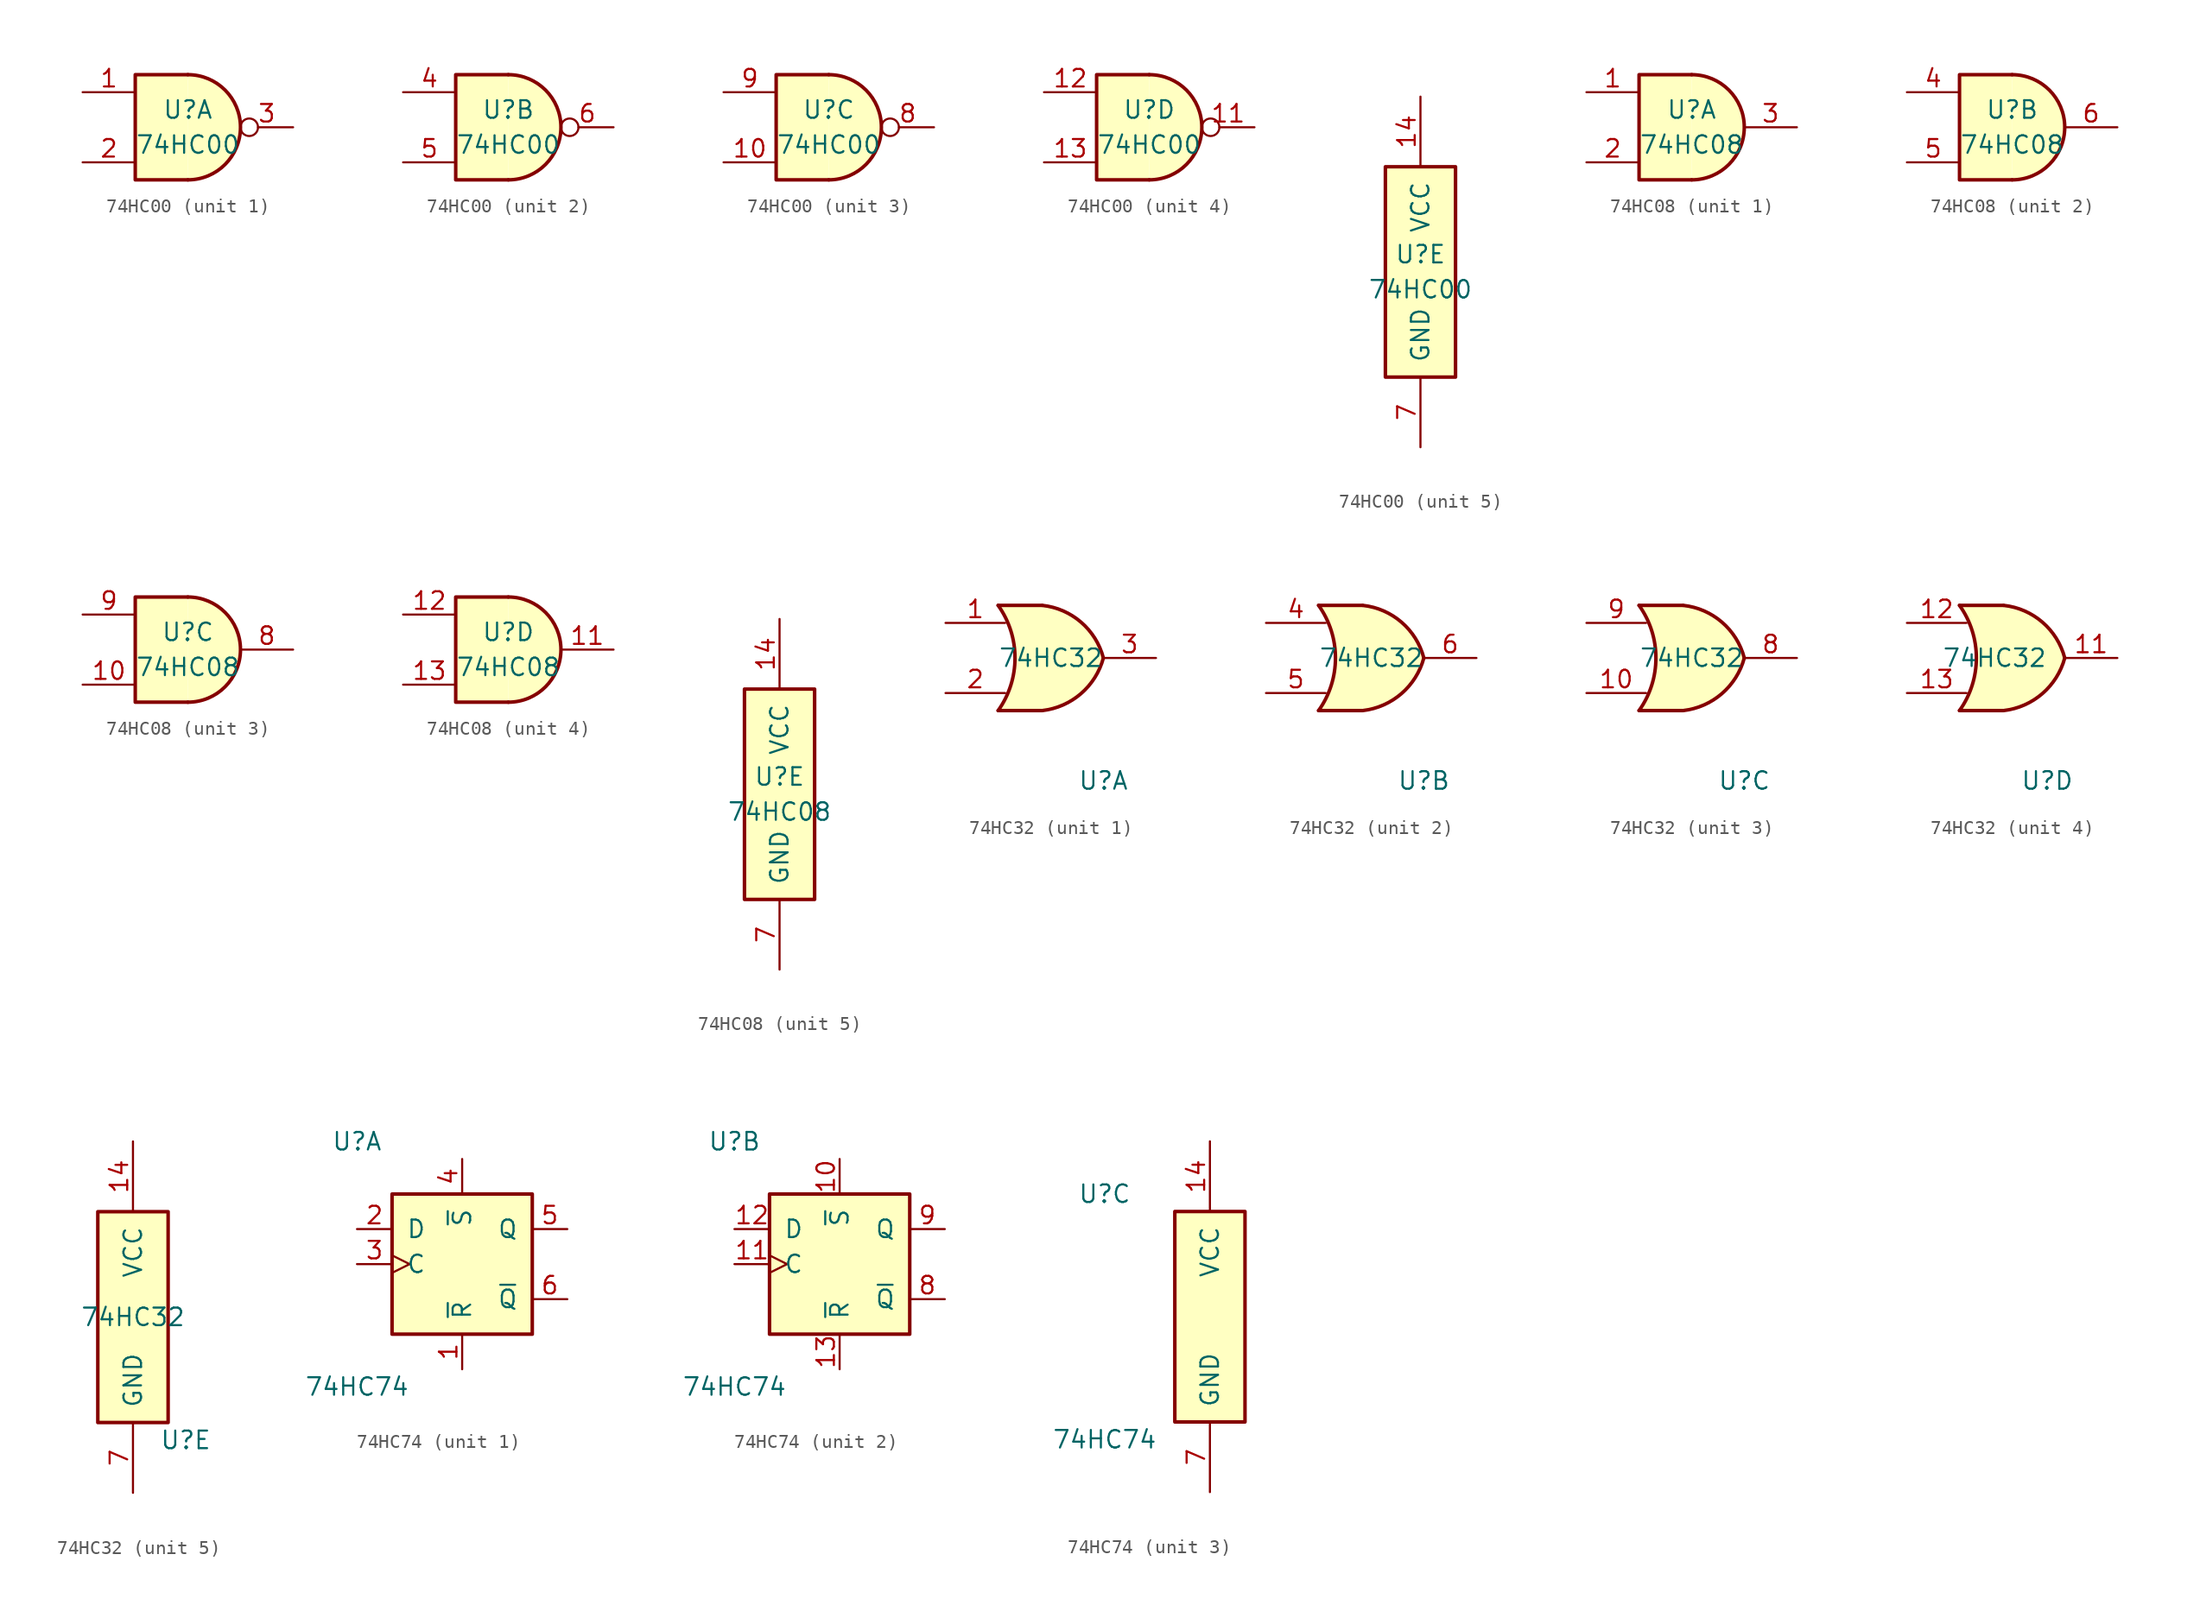
<source format=kicad_sym>
(kicad_symbol_lib
  (version 20211014)
  (generator kicad_symbol_editor)
  (symbol "74HC00"
    (pin_names
      (offset 1.016))
    (property "Reference" "U"
      (at 0 1.27 0)
      (effects (font (size 1.27 1.27))))
    (property "Value" "74HC00"
      (at 0 -1.27 0)
      (effects (font (size 1.27 1.27))))
    (property "ki_locked" ""
      (at 0 0 0)
      (effects (font (size 1.27 1.27))))
    (symbol "74HC00_1_1"
      (arc (start 0 -3.81) (mid 3.81 0) (end 0 3.81) (stroke (width 0.254) (type default) (color 0 0 0 0)) (fill (type background)))
      (polyline (pts (xy 0 3.81) (xy -3.81 3.81) (xy -3.81 -3.81) (xy 0 -3.81)) (stroke (width 0.254) (type default) (color 0 0 0 0)) (fill (type background)))
      (pin input line (at -7.62 2.54 0) (length 3.81) (name "~" (effects (font (size 1.27 1.27)))) (number "1" (effects (font (size 1.27 1.27)))))
      (pin input line (at -7.62 -2.54 0) (length 3.81) (name "~" (effects (font (size 1.27 1.27)))) (number "2" (effects (font (size 1.27 1.27)))))
      (pin output inverted (at 7.62 0 180) (length 3.81) (name "~" (effects (font (size 1.27 1.27)))) (number "3" (effects (font (size 1.27 1.27))))))
    (symbol "74HC00_2_1"
      (arc (start 0 -3.81) (mid 3.81 0) (end 0 3.81) (stroke (width 0.254) (type default) (color 0 0 0 0)) (fill (type background)))
      (polyline (pts (xy 0 3.81) (xy -3.81 3.81) (xy -3.81 -3.81) (xy 0 -3.81)) (stroke (width 0.254) (type default) (color 0 0 0 0)) (fill (type background)))
      (pin input line (at -7.62 2.54 0) (length 3.81) (name "~" (effects (font (size 1.27 1.27)))) (number "4" (effects (font (size 1.27 1.27)))))
      (pin input line (at -7.62 -2.54 0) (length 3.81) (name "~" (effects (font (size 1.27 1.27)))) (number "5" (effects (font (size 1.27 1.27)))))
      (pin output inverted (at 7.62 0 180) (length 3.81) (name "~" (effects (font (size 1.27 1.27)))) (number "6" (effects (font (size 1.27 1.27))))))
    (symbol "74HC00_3_1"
      (arc (start 0 -3.81) (mid 3.81 0) (end 0 3.81) (stroke (width 0.254) (type default) (color 0 0 0 0)) (fill (type background)))
      (polyline (pts (xy 0 3.81) (xy -3.81 3.81) (xy -3.81 -3.81) (xy 0 -3.81)) (stroke (width 0.254) (type default) (color 0 0 0 0)) (fill (type background)))
      (pin input line (at -7.62 -2.54 0) (length 3.81) (name "~" (effects (font (size 1.27 1.27)))) (number "10" (effects (font (size 1.27 1.27)))))
      (pin output inverted (at 7.62 0 180) (length 3.81) (name "~" (effects (font (size 1.27 1.27)))) (number "8" (effects (font (size 1.27 1.27)))))
      (pin input line (at -7.62 2.54 0) (length 3.81) (name "~" (effects (font (size 1.27 1.27)))) (number "9" (effects (font (size 1.27 1.27))))))
    (symbol "74HC00_4_1"
      (arc (start 0 -3.81) (mid 3.81 0) (end 0 3.81) (stroke (width 0.254) (type default) (color 0 0 0 0)) (fill (type background)))
      (polyline (pts (xy 0 3.81) (xy -3.81 3.81) (xy -3.81 -3.81) (xy 0 -3.81)) (stroke (width 0.254) (type default) (color 0 0 0 0)) (fill (type background)))
      (pin output inverted (at 7.62 0 180) (length 3.81) (name "~" (effects (font (size 1.27 1.27)))) (number "11" (effects (font (size 1.27 1.27)))))
      (pin input line (at -7.62 2.54 0) (length 3.81) (name "~" (effects (font (size 1.27 1.27)))) (number "12" (effects (font (size 1.27 1.27)))))
      (pin input line (at -7.62 -2.54 0) (length 3.81) (name "~" (effects (font (size 1.27 1.27)))) (number "13" (effects (font (size 1.27 1.27))))))
    (symbol "74HC00_5_0"
      (pin power_in line (at 0 12.7 270) (length 5.08) (name "VCC" (effects (font (size 1.27 1.27)))) (number "14" (effects (font (size 1.27 1.27)))))
      (pin power_in line (at 0 -12.7 90) (length 5.08) (name "GND" (effects (font (size 1.27 1.27)))) (number "7" (effects (font (size 1.27 1.27))))))
    (symbol "74HC00_5_1"
      (rectangle (start -2.54 7.62) (end 2.54 -7.62) (stroke (width 0.254) (type default) (color 0 0 0 0)) (fill (type background)))))
  (symbol "74HC08"
    (pin_names
      (offset 1.016))
    (property "Reference" "U"
      (at 0 1.27 0)
      (effects (font (size 1.27 1.27))))
    (property "Value" "74HC08"
      (at 0 -1.27 0)
      (effects (font (size 1.27 1.27))))
    (property "ki_locked" ""
      (at 0 0 0)
      (effects (font (size 1.27 1.27))))
    (symbol "74HC08_1_1"
      (arc (start 0 -3.81) (mid 3.81 0) (end 0 3.81) (stroke (width 0.254) (type default) (color 0 0 0 0)) (fill (type background)))
      (polyline (pts (xy 0 3.81) (xy -3.81 3.81) (xy -3.81 -3.81) (xy 0 -3.81)) (stroke (width 0.254) (type default) (color 0 0 0 0)) (fill (type background)))
      (pin input line (at -7.62 2.54 0) (length 3.81) (name "~" (effects (font (size 1.27 1.27)))) (number "1" (effects (font (size 1.27 1.27)))))
      (pin input line (at -7.62 -2.54 0) (length 3.81) (name "~" (effects (font (size 1.27 1.27)))) (number "2" (effects (font (size 1.27 1.27)))))
      (pin output line (at 7.62 0 180) (length 3.81) (name "~" (effects (font (size 1.27 1.27)))) (number "3" (effects (font (size 1.27 1.27))))))
    (symbol "74HC08_2_1"
      (arc (start 0 -3.81) (mid 3.81 0) (end 0 3.81) (stroke (width 0.254) (type default) (color 0 0 0 0)) (fill (type background)))
      (polyline (pts (xy 0 3.81) (xy -3.81 3.81) (xy -3.81 -3.81) (xy 0 -3.81)) (stroke (width 0.254) (type default) (color 0 0 0 0)) (fill (type background)))
      (pin input line (at -7.62 2.54 0) (length 3.81) (name "~" (effects (font (size 1.27 1.27)))) (number "4" (effects (font (size 1.27 1.27)))))
      (pin input line (at -7.62 -2.54 0) (length 3.81) (name "~" (effects (font (size 1.27 1.27)))) (number "5" (effects (font (size 1.27 1.27)))))
      (pin output line (at 7.62 0 180) (length 3.81) (name "~" (effects (font (size 1.27 1.27)))) (number "6" (effects (font (size 1.27 1.27))))))
    (symbol "74HC08_3_1"
      (arc (start 0 -3.81) (mid 3.81 0) (end 0 3.81) (stroke (width 0.254) (type default) (color 0 0 0 0)) (fill (type background)))
      (polyline (pts (xy 0 3.81) (xy -3.81 3.81) (xy -3.81 -3.81) (xy 0 -3.81)) (stroke (width 0.254) (type default) (color 0 0 0 0)) (fill (type background)))
      (pin input line (at -7.62 -2.54 0) (length 3.81) (name "~" (effects (font (size 1.27 1.27)))) (number "10" (effects (font (size 1.27 1.27)))))
      (pin output line (at 7.62 0 180) (length 3.81) (name "~" (effects (font (size 1.27 1.27)))) (number "8" (effects (font (size 1.27 1.27)))))
      (pin input line (at -7.62 2.54 0) (length 3.81) (name "~" (effects (font (size 1.27 1.27)))) (number "9" (effects (font (size 1.27 1.27))))))
    (symbol "74HC08_4_1"
      (arc (start 0 -3.81) (mid 3.81 0) (end 0 3.81) (stroke (width 0.254) (type default) (color 0 0 0 0)) (fill (type background)))
      (polyline (pts (xy 0 3.81) (xy -3.81 3.81) (xy -3.81 -3.81) (xy 0 -3.81)) (stroke (width 0.254) (type default) (color 0 0 0 0)) (fill (type background)))
      (pin output line (at 7.62 0 180) (length 3.81) (name "~" (effects (font (size 1.27 1.27)))) (number "11" (effects (font (size 1.27 1.27)))))
      (pin input line (at -7.62 2.54 0) (length 3.81) (name "~" (effects (font (size 1.27 1.27)))) (number "12" (effects (font (size 1.27 1.27)))))
      (pin input line (at -7.62 -2.54 0) (length 3.81) (name "~" (effects (font (size 1.27 1.27)))) (number "13" (effects (font (size 1.27 1.27))))))
    (symbol "74HC08_5_0"
      (pin power_in line (at 0 12.7 270) (length 5.08) (name "VCC" (effects (font (size 1.27 1.27)))) (number "14" (effects (font (size 1.27 1.27)))))
      (pin power_in line (at 0 -12.7 90) (length 5.08) (name "GND" (effects (font (size 1.27 1.27)))) (number "7" (effects (font (size 1.27 1.27))))))
    (symbol "74HC08_5_1"
      (rectangle (start -2.54 7.62) (end 2.54 -7.62) (stroke (width 0.254) (type default) (color 0 0 0 0)) (fill (type background)))))
  (symbol "74HC32"
    (pin_names
      (offset 1.016))
    (property "Reference" "U"
      (at 3.81 -8.89 0)
      (effects (font (size 1.27 1.27))))
    (property "Value" "74HC32"
      (at 0 0 0)
      (effects (font (size 1.27 1.27))))
    (property "ki_locked" ""
      (at 0 0 0)
      (effects (font (size 1.27 1.27))))
    (symbol "74HC32_1_1"
      (arc (start -3.81 -3.81) (mid -2.589 0) (end -3.81 3.81) (stroke (width 0.254) (type default) (color 0 0 0 0)) (fill (type none)))
      (arc (start -0.6096 -3.81) (mid 2.1855 -2.584) (end 3.81 0) (stroke (width 0.254) (type default) (color 0 0 0 0)) (fill (type background)))
      (polyline (pts (xy -3.81 -3.81) (xy -0.635 -3.81)) (stroke (width 0.254) (type default) (color 0 0 0 0)) (fill (type background)))
      (polyline (pts (xy -3.81 3.81) (xy -0.635 3.81)) (stroke (width 0.254) (type default) (color 0 0 0 0)) (fill (type background)))
      (polyline (pts (xy -0.635 3.81) (xy -3.81 3.81) (xy -3.81 3.81) (xy -3.556 3.404) (xy -3.023 2.261) (xy -2.692 1.041) (xy -2.616 -0.254) (xy -2.769 -1.499) (xy -3.175 -2.718) (xy -3.81 -3.81) (xy -3.81 -3.81) (xy -0.635 -3.81)) (stroke (width -25.4) (type default) (color 0 0 0 0)) (fill (type background)))
      (arc (start 3.81 0) (mid 2.1928 2.5925) (end -0.6096 3.81) (stroke (width 0.254) (type default) (color 0 0 0 0)) (fill (type background)))
      (pin input line (at -7.62 2.54 0) (length 4.318) (name "~" (effects (font (size 1.27 1.27)))) (number "1" (effects (font (size 1.27 1.27)))))
      (pin input line (at -7.62 -2.54 0) (length 4.318) (name "~" (effects (font (size 1.27 1.27)))) (number "2" (effects (font (size 1.27 1.27)))))
      (pin output line (at 7.62 0 180) (length 3.81) (name "~" (effects (font (size 1.27 1.27)))) (number "3" (effects (font (size 1.27 1.27))))))
    (symbol "74HC32_2_1"
      (arc (start -3.81 -3.81) (mid -2.589 0) (end -3.81 3.81) (stroke (width 0.254) (type default) (color 0 0 0 0)) (fill (type none)))
      (arc (start -0.6096 -3.81) (mid 2.1855 -2.584) (end 3.81 0) (stroke (width 0.254) (type default) (color 0 0 0 0)) (fill (type background)))
      (polyline (pts (xy -3.81 -3.81) (xy -0.635 -3.81)) (stroke (width 0.254) (type default) (color 0 0 0 0)) (fill (type background)))
      (polyline (pts (xy -3.81 3.81) (xy -0.635 3.81)) (stroke (width 0.254) (type default) (color 0 0 0 0)) (fill (type background)))
      (polyline (pts (xy -0.635 3.81) (xy -3.81 3.81) (xy -3.81 3.81) (xy -3.556 3.404) (xy -3.023 2.261) (xy -2.692 1.041) (xy -2.616 -0.254) (xy -2.769 -1.499) (xy -3.175 -2.718) (xy -3.81 -3.81) (xy -3.81 -3.81) (xy -0.635 -3.81)) (stroke (width -25.4) (type default) (color 0 0 0 0)) (fill (type background)))
      (arc (start 3.81 0) (mid 2.1928 2.5925) (end -0.6096 3.81) (stroke (width 0.254) (type default) (color 0 0 0 0)) (fill (type background)))
      (pin input line (at -7.62 2.54 0) (length 4.318) (name "~" (effects (font (size 1.27 1.27)))) (number "4" (effects (font (size 1.27 1.27)))))
      (pin input line (at -7.62 -2.54 0) (length 4.318) (name "~" (effects (font (size 1.27 1.27)))) (number "5" (effects (font (size 1.27 1.27)))))
      (pin output line (at 7.62 0 180) (length 3.81) (name "~" (effects (font (size 1.27 1.27)))) (number "6" (effects (font (size 1.27 1.27))))))
    (symbol "74HC32_3_1"
      (arc (start -3.81 -3.81) (mid -2.589 0) (end -3.81 3.81) (stroke (width 0.254) (type default) (color 0 0 0 0)) (fill (type none)))
      (arc (start -0.6096 -3.81) (mid 2.1855 -2.584) (end 3.81 0) (stroke (width 0.254) (type default) (color 0 0 0 0)) (fill (type background)))
      (polyline (pts (xy -3.81 -3.81) (xy -0.635 -3.81)) (stroke (width 0.254) (type default) (color 0 0 0 0)) (fill (type background)))
      (polyline (pts (xy -3.81 3.81) (xy -0.635 3.81)) (stroke (width 0.254) (type default) (color 0 0 0 0)) (fill (type background)))
      (polyline (pts (xy -0.635 3.81) (xy -3.81 3.81) (xy -3.81 3.81) (xy -3.556 3.404) (xy -3.023 2.261) (xy -2.692 1.041) (xy -2.616 -0.254) (xy -2.769 -1.499) (xy -3.175 -2.718) (xy -3.81 -3.81) (xy -3.81 -3.81) (xy -0.635 -3.81)) (stroke (width -25.4) (type default) (color 0 0 0 0)) (fill (type background)))
      (arc (start 3.81 0) (mid 2.1928 2.5925) (end -0.6096 3.81) (stroke (width 0.254) (type default) (color 0 0 0 0)) (fill (type background)))
      (pin input line (at -7.62 -2.54 0) (length 4.318) (name "~" (effects (font (size 1.27 1.27)))) (number "10" (effects (font (size 1.27 1.27)))))
      (pin output line (at 7.62 0 180) (length 3.81) (name "~" (effects (font (size 1.27 1.27)))) (number "8" (effects (font (size 1.27 1.27)))))
      (pin input line (at -7.62 2.54 0) (length 4.318) (name "~" (effects (font (size 1.27 1.27)))) (number "9" (effects (font (size 1.27 1.27))))))
    (symbol "74HC32_4_1"
      (arc (start -2.54 -3.81) (mid -1.319 0) (end -2.54 3.81) (stroke (width 0.254) (type default) (color 0 0 0 0)) (fill (type none)))
      (polyline (pts (xy -2.54 -3.81) (xy 0.635 -3.81)) (stroke (width 0.254) (type default) (color 0 0 0 0)) (fill (type background)))
      (polyline (pts (xy -2.54 3.81) (xy 0.635 3.81)) (stroke (width 0.254) (type default) (color 0 0 0 0)) (fill (type background)))
      (polyline (pts (xy 0.635 3.81) (xy -2.54 3.81) (xy -2.54 3.81) (xy -2.286 3.404) (xy -1.753 2.261) (xy -1.422 1.041) (xy -1.346 -0.254) (xy -1.499 -1.499) (xy -1.905 -2.718) (xy -2.54 -3.81) (xy -2.54 -3.81) (xy 0.635 -3.81)) (stroke (width -25.4) (type default) (color 0 0 0 0)) (fill (type background)))
      (arc (start 0.6604 -3.81) (mid 3.4555 -2.584) (end 5.08 0) (stroke (width 0.254) (type default) (color 0 0 0 0)) (fill (type background)))
      (arc (start 5.08 0) (mid 3.4628 2.5925) (end 0.6604 3.81) (stroke (width 0.254) (type default) (color 0 0 0 0)) (fill (type background)))
      (pin output line (at 8.89 0 180) (length 3.81) (name "~" (effects (font (size 1.27 1.27)))) (number "11" (effects (font (size 1.27 1.27)))))
      (pin input line (at -6.35 2.54 0) (length 4.318) (name "~" (effects (font (size 1.27 1.27)))) (number "12" (effects (font (size 1.27 1.27)))))
      (pin input line (at -6.35 -2.54 0) (length 4.318) (name "~" (effects (font (size 1.27 1.27)))) (number "13" (effects (font (size 1.27 1.27))))))
    (symbol "74HC32_5_0"
      (pin power_in line (at 0 12.7 270) (length 5.08) (name "VCC" (effects (font (size 1.27 1.27)))) (number "14" (effects (font (size 1.27 1.27)))))
      (pin power_in line (at 0 -12.7 90) (length 5.08) (name "GND" (effects (font (size 1.27 1.27)))) (number "7" (effects (font (size 1.27 1.27))))))
    (symbol "74HC32_5_1"
      (rectangle (start -2.54 7.62) (end 2.54 -7.62) (stroke (width 0.254) (type default) (color 0 0 0 0)) (fill (type background)))))
  (symbol "74HC74"
    (pin_names
      (offset 1.016))
    (property "Reference" "U"
      (at -7.62 8.89 0)
      (effects (font (size 1.27 1.27))))
    (property "Value" "74HC74"
      (at -7.62 -8.89 0)
      (effects (font (size 1.27 1.27))))
    (property "ki_locked" ""
      (at 0 0 0)
      (effects (font (size 1.27 1.27))))
    (symbol "74HC74_1_0"
      (pin input line (at 0 -7.62 90) (length 2.54) (name "~{R}" (effects (font (size 1.27 1.27)))) (number "1" (effects (font (size 1.27 1.27)))))
      (pin input line (at -7.62 2.54 0) (length 2.54) (name "D" (effects (font (size 1.27 1.27)))) (number "2" (effects (font (size 1.27 1.27)))))
      (pin input clock (at -7.62 0 0) (length 2.54) (name "C" (effects (font (size 1.27 1.27)))) (number "3" (effects (font (size 1.27 1.27)))))
      (pin input line (at 0 7.62 270) (length 2.54) (name "~{S}" (effects (font (size 1.27 1.27)))) (number "4" (effects (font (size 1.27 1.27)))))
      (pin output line (at 7.62 2.54 180) (length 2.54) (name "Q" (effects (font (size 1.27 1.27)))) (number "5" (effects (font (size 1.27 1.27)))))
      (pin output line (at 7.62 -2.54 180) (length 2.54) (name "~{Q}" (effects (font (size 1.27 1.27)))) (number "6" (effects (font (size 1.27 1.27))))))
    (symbol "74HC74_1_1"
      (rectangle (start -5.08 5.08) (end 5.08 -5.08) (stroke (width 0.254) (type default) (color 0 0 0 0)) (fill (type background))))
    (symbol "74HC74_2_0"
      (pin input line (at 0 7.62 270) (length 2.54) (name "~{S}" (effects (font (size 1.27 1.27)))) (number "10" (effects (font (size 1.27 1.27)))))
      (pin input clock (at -7.62 0 0) (length 2.54) (name "C" (effects (font (size 1.27 1.27)))) (number "11" (effects (font (size 1.27 1.27)))))
      (pin input line (at -7.62 2.54 0) (length 2.54) (name "D" (effects (font (size 1.27 1.27)))) (number "12" (effects (font (size 1.27 1.27)))))
      (pin input line (at 0 -7.62 90) (length 2.54) (name "~{R}" (effects (font (size 1.27 1.27)))) (number "13" (effects (font (size 1.27 1.27)))))
      (pin output line (at 7.62 -2.54 180) (length 2.54) (name "~{Q}" (effects (font (size 1.27 1.27)))) (number "8" (effects (font (size 1.27 1.27)))))
      (pin output line (at 7.62 2.54 180) (length 2.54) (name "Q" (effects (font (size 1.27 1.27)))) (number "9" (effects (font (size 1.27 1.27))))))
    (symbol "74HC74_2_1"
      (rectangle (start -5.08 5.08) (end 5.08 -5.08) (stroke (width 0.254) (type default) (color 0 0 0 0)) (fill (type background))))
    (symbol "74HC74_3_0"
      (pin power_in line (at 0 12.7 270) (length 5.08) (name "VCC" (effects (font (size 1.27 1.27)))) (number "14" (effects (font (size 1.27 1.27)))))
      (pin power_in line (at 0 -12.7 90) (length 5.08) (name "GND" (effects (font (size 1.27 1.27)))) (number "7" (effects (font (size 1.27 1.27))))))
    (symbol "74HC74_3_1"
      (rectangle (start -2.54 7.62) (end 2.54 -7.62) (stroke (width 0.254) (type default) (color 0 0 0 0)) (fill (type background))))))
</source>
